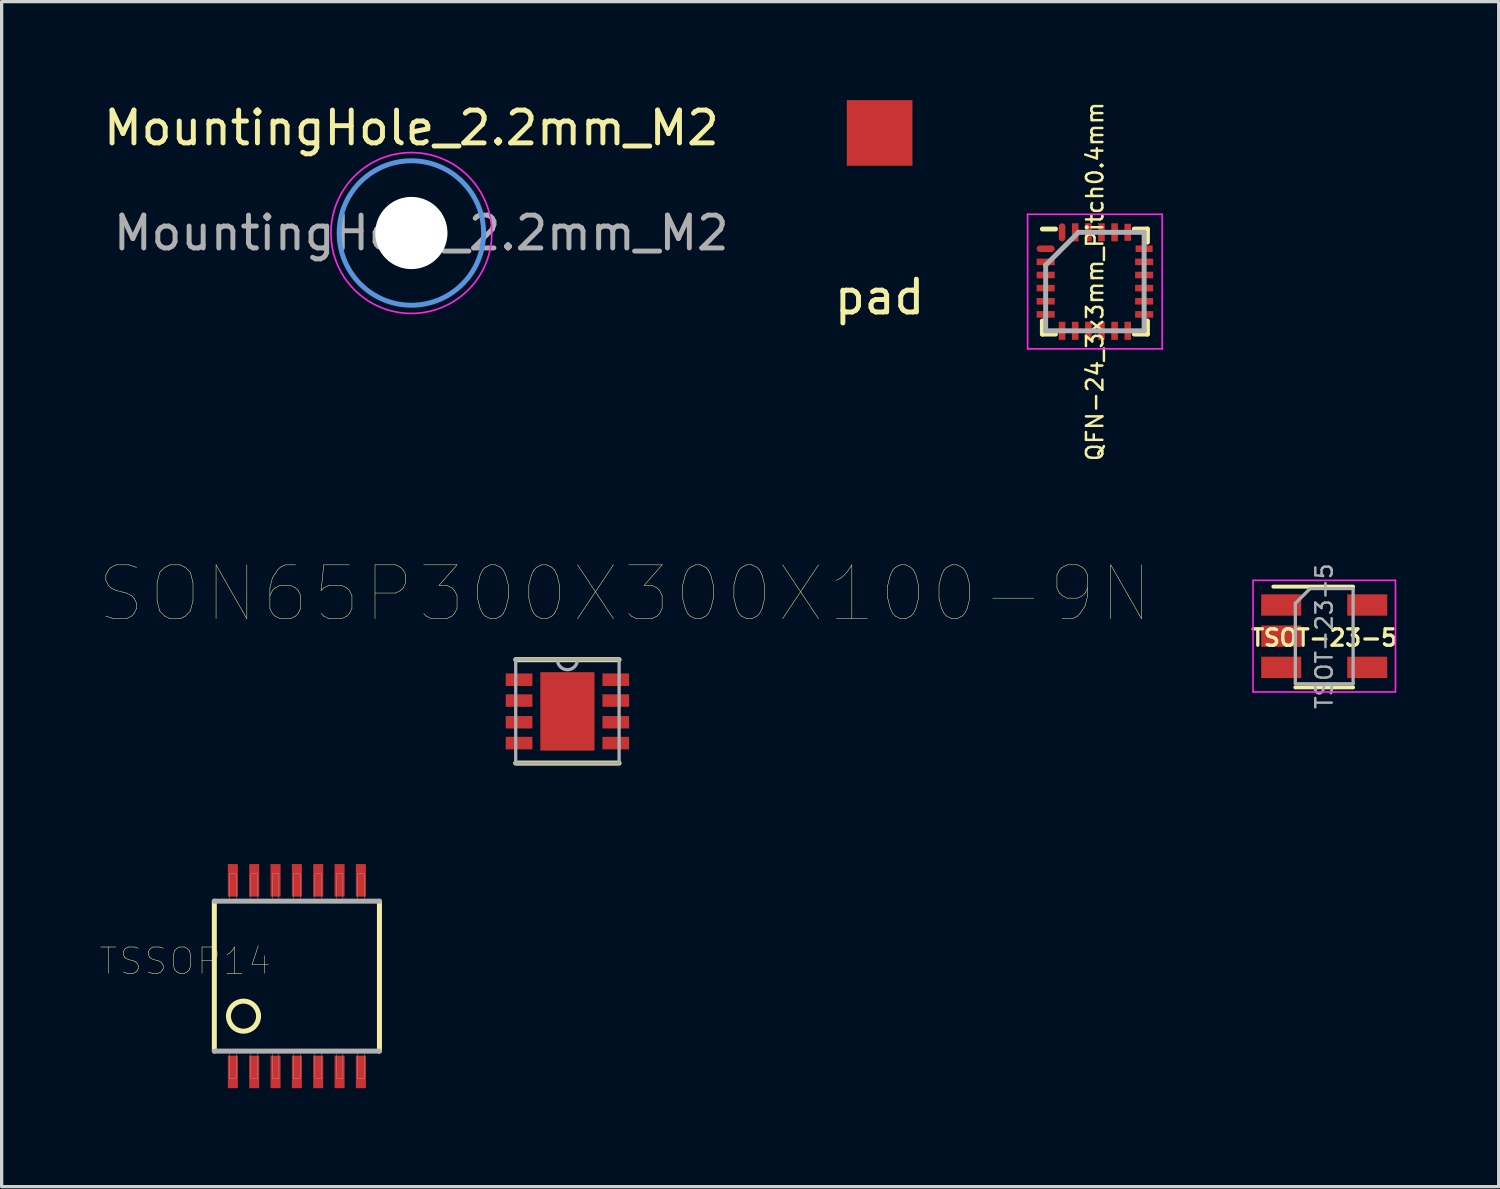
<source format=kicad_pcb>
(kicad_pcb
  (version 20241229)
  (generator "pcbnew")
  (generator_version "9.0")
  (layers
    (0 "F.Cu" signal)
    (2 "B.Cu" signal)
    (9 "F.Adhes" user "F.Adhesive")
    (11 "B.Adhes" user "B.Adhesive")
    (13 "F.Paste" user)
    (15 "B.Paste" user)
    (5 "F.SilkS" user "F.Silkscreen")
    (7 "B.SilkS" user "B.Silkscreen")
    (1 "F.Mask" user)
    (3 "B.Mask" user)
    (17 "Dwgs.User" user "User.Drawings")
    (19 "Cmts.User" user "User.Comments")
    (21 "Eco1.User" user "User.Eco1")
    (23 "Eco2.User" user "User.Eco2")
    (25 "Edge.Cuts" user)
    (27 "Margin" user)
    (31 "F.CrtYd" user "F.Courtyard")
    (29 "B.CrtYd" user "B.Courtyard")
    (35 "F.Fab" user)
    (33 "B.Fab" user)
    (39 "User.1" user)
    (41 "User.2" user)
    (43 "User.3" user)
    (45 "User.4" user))
  (footprint "TSOT-23-5"
    (layer "F.Cu")
    (at 37.29 16.33)
    (property "Reference" "TSOT-23-5" (at 0 0.05 0) (layer "F.SilkS") (effects (font (size 0.5 0.5) (thickness 0.1))))
    (attr smd)
    (fp_line (start -0.88 1.56) (end 0.88 1.56) (stroke (width 0.12) (type solid)) (layer "F.SilkS"))
    (fp_line (start 0.88 -1.51) (end -1.55 -1.51) (stroke (width 0.12) (type solid)) (layer "F.SilkS"))
    (fp_line (start -2.17 -1.7) (end -2.17 1.7) (stroke (width 0.05) (type solid)) (layer "F.CrtYd"))
    (fp_line (start -2.17 -1.7) (end 2.17 -1.7) (stroke (width 0.05) (type solid)) (layer "F.CrtYd"))
    (fp_line (start 2.17 1.7) (end -2.17 1.7) (stroke (width 0.05) (type solid)) (layer "F.CrtYd"))
    (fp_line (start 2.17 1.7) (end 2.17 -1.7) (stroke (width 0.05) (type solid)) (layer "F.CrtYd"))
    (fp_line (start -0.88 -1) (end -0.88 1.45) (stroke (width 0.1) (type solid)) (layer "F.Fab"))
    (fp_line (start -0.88 -1) (end -0.43 -1.45) (stroke (width 0.1) (type solid)) (layer "F.Fab"))
    (fp_line (start 0.88 -1.45) (end -0.43 -1.45) (stroke (width 0.1) (type solid)) (layer "F.Fab"))
    (fp_line (start 0.88 -1.45) (end 0.88 1.45) (stroke (width 0.1) (type solid)) (layer "F.Fab"))
    (fp_line (start 0.88 1.45) (end -0.88 1.45) (stroke (width 0.1) (type solid)) (layer "F.Fab"))
    (fp_text user "${REFERENCE}" (at 0 0 90) (layer "F.Fab") (effects (font (size 0.5 0.5) (thickness 0.075))))
    (pad "1" smd rect (at -1.31 -0.95) (size 1.22 0.65) (layers "F.Cu" "F.Mask" "F.Paste"))
    (pad "2" smd rect (at -1.31 0) (size 1.22 0.65) (layers "F.Cu" "F.Mask" "F.Paste"))
    (pad "3" smd rect (at -1.31 0.95) (size 1.22 0.65) (layers "F.Cu" "F.Mask" "F.Paste"))
    (pad "4" smd rect (at 1.31 0.95) (size 1.22 0.65) (layers "F.Cu" "F.Mask" "F.Paste"))
    (pad "5" smd rect (at 1.31 -0.95) (size 1.22 0.65) (layers "F.Cu" "F.Mask" "F.Paste")))
  (footprint "TSSOP14"
    (layer "F.Cu")
    (at 5.994 26.686)
    (property "Reference" "TSSOP14" (at -3.404 -0.457 180) (layer "F.SilkS") (effects (font (size 0.8 0.8) (thickness 0.015))))
    (attr through_hole)
    (fp_line (start -2.515 2.283) (end -2.515 -2.283) (stroke (width 0.152) (type solid)) (layer "F.SilkS"))
    (fp_line (start 2.515 -2.283) (end 2.515 2.283) (stroke (width 0.152) (type solid)) (layer "F.SilkS"))
    (fp_circle (center -1.626 1.219) (end -1.168 1.219) (stroke (width 0.152) (type solid)) (fill no) (layer "F.SilkS"))
    (fp_line (start -2.515 2.283) (end 2.515 2.283) (stroke (width 0.152) (type solid)) (layer "F.Fab"))
    (fp_line (start 2.515 -2.283) (end -2.515 -2.283) (stroke (width 0.152) (type solid)) (layer "F.Fab"))
    (fp_poly (pts (xy -2.052 -3.121) (xy -1.848 -3.121) (xy -1.848 -2.283) (xy -2.052 -2.283)) (stroke (width 0.01) (type solid)) (fill no) (layer "F.Fab"))
    (fp_poly (pts (xy -2.052 2.283) (xy -1.848 2.283) (xy -1.848 3.121) (xy -2.052 3.121)) (stroke (width 0.01) (type solid)) (fill no) (layer "F.Fab"))
    (fp_poly (pts (xy -1.402 -3.121) (xy -1.198 -3.121) (xy -1.198 -2.283) (xy -1.402 -2.283)) (stroke (width 0.01) (type solid)) (fill no) (layer "F.Fab"))
    (fp_poly (pts (xy -1.402 2.283) (xy -1.198 2.283) (xy -1.198 3.121) (xy -1.402 3.121)) (stroke (width 0.01) (type solid)) (fill no) (layer "F.Fab"))
    (fp_poly (pts (xy -0.752 -3.121) (xy -0.548 -3.121) (xy -0.548 -2.283) (xy -0.752 -2.283)) (stroke (width 0.01) (type solid)) (fill no) (layer "F.Fab"))
    (fp_poly (pts (xy -0.752 2.283) (xy -0.548 2.283) (xy -0.548 3.121) (xy -0.752 3.121)) (stroke (width 0.01) (type solid)) (fill no) (layer "F.Fab"))
    (fp_poly (pts (xy -0.102 -3.121) (xy 0.102 -3.121) (xy 0.102 -2.283) (xy -0.102 -2.283)) (stroke (width 0.01) (type solid)) (fill no) (layer "F.Fab"))
    (fp_poly (pts (xy -0.102 2.283) (xy 0.102 2.283) (xy 0.102 3.121) (xy -0.102 3.121)) (stroke (width 0.01) (type solid)) (fill no) (layer "F.Fab"))
    (fp_poly (pts (xy 0.548 -3.121) (xy 0.752 -3.121) (xy 0.752 -2.283) (xy 0.548 -2.283)) (stroke (width 0.01) (type solid)) (fill no) (layer "F.Fab"))
    (fp_poly (pts (xy 0.548 2.283) (xy 0.752 2.283) (xy 0.752 3.121) (xy 0.548 3.121)) (stroke (width 0.01) (type solid)) (fill no) (layer "F.Fab"))
    (fp_poly (pts (xy 1.198 -3.121) (xy 1.402 -3.121) (xy 1.402 -2.283) (xy 1.198 -2.283)) (stroke (width 0.01) (type solid)) (fill no) (layer "F.Fab"))
    (fp_poly (pts (xy 1.198 2.283) (xy 1.402 2.283) (xy 1.402 3.121) (xy 1.198 3.121)) (stroke (width 0.01) (type solid)) (fill no) (layer "F.Fab"))
    (fp_poly (pts (xy 1.848 -3.121) (xy 2.052 -3.121) (xy 2.052 -2.283) (xy 1.848 -2.283)) (stroke (width 0.01) (type solid)) (fill no) (layer "F.Fab"))
    (fp_poly (pts (xy 1.848 2.283) (xy 2.052 2.283) (xy 2.052 3.121) (xy 1.848 3.121)) (stroke (width 0.01) (type solid)) (fill no) (layer "F.Fab"))
    (pad "1" smd rect (at -1.95 2.918) (size 0.305 0.991) (layers "F.Cu" "F.Mask" "F.Paste"))
    (pad "2" smd rect (at -1.3 2.918) (size 0.305 0.991) (layers "F.Cu" "F.Mask" "F.Paste"))
    (pad "3" smd rect (at -0.65 2.918) (size 0.305 0.991) (layers "F.Cu" "F.Mask" "F.Paste"))
    (pad "4" smd rect (at 0 2.918) (size 0.305 0.991) (layers "F.Cu" "F.Mask" "F.Paste"))
    (pad "5" smd rect (at 0.65 2.918) (size 0.305 0.991) (layers "F.Cu" "F.Mask" "F.Paste"))
    (pad "6" smd rect (at 1.3 2.918) (size 0.305 0.991) (layers "F.Cu" "F.Mask" "F.Paste"))
    (pad "7" smd rect (at 1.95 2.918) (size 0.305 0.991) (layers "F.Cu" "F.Mask" "F.Paste"))
    (pad "8" smd rect (at 1.95 -2.918) (size 0.305 0.991) (layers "F.Cu" "F.Mask" "F.Paste"))
    (pad "9" smd rect (at 1.3 -2.918) (size 0.305 0.991) (layers "F.Cu" "F.Mask" "F.Paste"))
    (pad "10" smd rect (at 0.65 -2.918) (size 0.305 0.991) (layers "F.Cu" "F.Mask" "F.Paste"))
    (pad "11" smd rect (at 0 -2.918) (size 0.305 0.991) (layers "F.Cu" "F.Mask" "F.Paste"))
    (pad "12" smd rect (at -0.65 -2.918) (size 0.305 0.991) (layers "F.Cu" "F.Mask" "F.Paste"))
    (pad "13" smd rect (at -1.3 -2.918) (size 0.305 0.991) (layers "F.Cu" "F.Mask" "F.Paste"))
    (pad "14" smd rect (at -1.95 -2.918) (size 0.305 0.991) (layers "F.Cu" "F.Mask" "F.Paste")))
  (footprint "MountingHole_2.2mm_M2"
    (layer "F.Cu")
    (at 9.482 4.048)
    (property "Reference" "MountingHole_2.2mm_M2" (at 0 -3.2 0) (layer "F.SilkS") (effects (font (size 1 1) (thickness 0.15))))
    (attr exclude_from_pos_files exclude_from_bom)
    (fp_circle (center 0 0) (end 2.2 0) (stroke (width 0.15) (type solid)) (fill no) (layer "Cmts.User"))
    (fp_circle (center 0 0) (end 2.45 0) (stroke (width 0.05) (type solid)) (fill no) (layer "F.CrtYd"))
    (fp_text user "${REFERENCE}" (at 0.3 0 0) (layer "F.Fab") (effects (font (size 1 1) (thickness 0.15))))
    (pad "" np_thru_hole circle (at 0 0) (size 2.2 2.2) (drill 2.2) (layers "*.Cu" "*.Mask")))
  (footprint "SON65P300X300X100-9N"
    (layer "F.Cu")
    (at 14.235 18.621)
    (property "Reference" "SON65P300X300X100-9N" (at 1.753 -3.582 0) (layer "F.SilkS") (effects (font (size 1.64 1.64) (thickness 0.015))))
    (attr through_hole)
    (fp_line (start -1.575 1.575) (end 1.575 1.575) (stroke (width 0.152) (type solid)) (layer "F.SilkS"))
    (fp_line (start 1.575 -1.575) (end -1.575 -1.575) (stroke (width 0.152) (type solid)) (layer "F.SilkS"))
    (fp_line (start -1.575 -1.575) (end -1.575 1.575) (stroke (width 0.1) (type solid)) (layer "F.Fab"))
    (fp_line (start -1.575 1.575) (end 1.575 1.575) (stroke (width 0.1) (type solid)) (layer "F.Fab"))
    (fp_line (start -0.305 -1.575) (end -1.575 -1.575) (stroke (width 0.1) (type solid)) (layer "F.Fab"))
    (fp_line (start 0.305 -1.575) (end -0.305 -1.575) (stroke (width 0.1) (type solid)) (layer "F.Fab"))
    (fp_line (start 1.575 -1.575) (end 0.305 -1.575) (stroke (width 0.1) (type solid)) (layer "F.Fab"))
    (fp_line (start 1.575 1.575) (end 1.575 -1.575) (stroke (width 0.1) (type solid)) (layer "F.Fab"))
    (fp_arc (start 0.3048 -1.5748) (mid 0 -1.27) (end -0.3048 -1.5748) (stroke (width 0.1) (type solid)) (layer "F.Fab"))
    (pad "1" smd rect (at -1.473 -0.965) (size 0.813 0.381) (layers "F.Cu" "F.Mask" "F.Paste"))
    (pad "2" smd rect (at -1.473 -0.33) (size 0.813 0.381) (layers "F.Cu" "F.Mask" "F.Paste"))
    (pad "3" smd rect (at -1.473 0.33) (size 0.813 0.381) (layers "F.Cu" "F.Mask" "F.Paste"))
    (pad "4" smd rect (at -1.473 0.965) (size 0.813 0.381) (layers "F.Cu" "F.Mask" "F.Paste"))
    (pad "5" smd rect (at 1.473 0.965) (size 0.813 0.381) (layers "F.Cu" "F.Mask" "F.Paste"))
    (pad "6" smd rect (at 1.473 0.33) (size 0.813 0.381) (layers "F.Cu" "F.Mask" "F.Paste"))
    (pad "7" smd rect (at 1.473 -0.33) (size 0.813 0.381) (layers "F.Cu" "F.Mask" "F.Paste"))
    (pad "8" smd rect (at 1.473 -0.965) (size 0.813 0.381) (layers "F.Cu" "F.Mask" "F.Paste"))
    (pad "9" smd rect (at 0 0) (size 1.651 2.388) (layers "F.Cu" "F.Mask" "F.Paste")))
  (footprint "QFN-24_3x3mm_Pitch0.4mm"
    (layer "F.Cu")
    (at 30.304 5.527)
    (property "Reference" "QFN-24_3x3mm_Pitch0.4mm" (at 0 0 90) (layer "F.SilkS") (effects (font (size 0.5 0.5) (thickness 0.075))))
    (attr smd)
    (fp_line (start -1.6 -1.6) (end -1.2 -1.6) (stroke (width 0.15) (type solid)) (layer "F.SilkS"))
    (fp_line (start -1.6 1.6) (end -1.6 1.2) (stroke (width 0.15) (type solid)) (layer "F.SilkS"))
    (fp_line (start -1.6 1.6) (end -1.2 1.6) (stroke (width 0.15) (type solid)) (layer "F.SilkS"))
    (fp_line (start 1.6 -1.6) (end 1.2 -1.6) (stroke (width 0.15) (type solid)) (layer "F.SilkS"))
    (fp_line (start 1.6 -1.6) (end 1.6 -1.2) (stroke (width 0.15) (type solid)) (layer "F.SilkS"))
    (fp_line (start 1.6 1.6) (end 1.2 1.6) (stroke (width 0.15) (type solid)) (layer "F.SilkS"))
    (fp_line (start 1.6 1.6) (end 1.6 1.2) (stroke (width 0.15) (type solid)) (layer "F.SilkS"))
    (fp_line (start -2.05 -2.05) (end 2.05 -2.05) (stroke (width 0.05) (type solid)) (layer "F.CrtYd"))
    (fp_line (start -2.05 2.05) (end -2.05 -2.05) (stroke (width 0.05) (type solid)) (layer "F.CrtYd"))
    (fp_line (start 2.05 -2.05) (end 2.05 2.05) (stroke (width 0.05) (type solid)) (layer "F.CrtYd"))
    (fp_line (start 2.05 2.05) (end -2.05 2.05) (stroke (width 0.05) (type solid)) (layer "F.CrtYd"))
    (fp_line (start -1.5 -0.5) (end -0.5 -1.5) (stroke (width 0.15) (type solid)) (layer "F.Fab"))
    (fp_line (start -1.5 1.5) (end -1.5 -0.5) (stroke (width 0.15) (type solid)) (layer "F.Fab"))
    (fp_line (start -0.5 -1.5) (end 1.5 -1.5) (stroke (width 0.15) (type solid)) (layer "F.Fab"))
    (fp_line (start 1.5 -1.5) (end 1.5 1.5) (stroke (width 0.15) (type solid)) (layer "F.Fab"))
    (fp_line (start 1.5 1.5) (end -1.5 1.5) (stroke (width 0.15) (type solid)) (layer "F.Fab"))
    (pad "1" smd oval (at -1.5 -1) (size 0.55 0.2) (layers "F.Cu" "F.Mask" "F.Paste"))
    (pad "2" smd rect (at -1.5 -0.6) (size 0.55 0.2) (layers "F.Cu" "F.Mask" "F.Paste"))
    (pad "3" smd rect (at -1.5 -0.2) (size 0.55 0.2) (layers "F.Cu" "F.Mask" "F.Paste"))
    (pad "4" smd rect (at -1.5 0.2) (size 0.55 0.2) (layers "F.Cu" "F.Mask" "F.Paste"))
    (pad "5" smd rect (at -1.5 0.6) (size 0.55 0.2) (layers "F.Cu" "F.Mask" "F.Paste"))
    (pad "6" smd rect (at -1.5 1) (size 0.55 0.2) (layers "F.Cu" "F.Mask" "F.Paste"))
    (pad "7" smd rect (at -1 1.5 90) (size 0.55 0.2) (layers "F.Cu" "F.Mask" "F.Paste"))
    (pad "8" smd rect (at -0.6 1.5 90) (size 0.55 0.2) (layers "F.Cu" "F.Mask" "F.Paste"))
    (pad "9" smd rect (at -0.2 1.5 90) (size 0.55 0.2) (layers "F.Cu" "F.Mask" "F.Paste"))
    (pad "10" smd rect (at 0.2 1.5 90) (size 0.55 0.2) (layers "F.Cu" "F.Mask" "F.Paste"))
    (pad "11" smd rect (at 0.6 1.5 90) (size 0.55 0.2) (layers "F.Cu" "F.Mask" "F.Paste"))
    (pad "12" smd rect (at 1 1.5 90) (size 0.55 0.2) (layers "F.Cu" "F.Mask" "F.Paste"))
    (pad "13" smd rect (at 1.5 1) (size 0.55 0.2) (layers "F.Cu" "F.Mask" "F.Paste"))
    (pad "14" smd rect (at 1.5 0.6) (size 0.55 0.2) (layers "F.Cu" "F.Mask" "F.Paste"))
    (pad "15" smd rect (at 1.5 0.2) (size 0.55 0.2) (layers "F.Cu" "F.Mask" "F.Paste"))
    (pad "16" smd rect (at 1.5 -0.2) (size 0.55 0.2) (layers "F.Cu" "F.Mask" "F.Paste"))
    (pad "17" smd rect (at 1.5 -0.6) (size 0.55 0.2) (layers "F.Cu" "F.Mask" "F.Paste"))
    (pad "18" smd rect (at 1.5 -1) (size 0.52 0.2) (layers "F.Cu" "F.Mask" "F.Paste"))
    (pad "19" smd rect (at 1 -1.5 90) (size 0.52 0.2) (layers "F.Cu" "F.Mask" "F.Paste"))
    (pad "20" smd rect (at 0.6 -1.5 90) (size 0.55 0.2) (layers "F.Cu" "F.Mask" "F.Paste"))
    (pad "21" smd rect (at 0.2 -1.5 90) (size 0.55 0.2) (layers "F.Cu" "F.Mask" "F.Paste"))
    (pad "22" smd rect (at -0.2 -1.5 90) (size 0.55 0.2) (layers "F.Cu" "F.Mask" "F.Paste"))
    (pad "23" smd rect (at -0.6 -1.5 90) (size 0.55 0.2) (layers "F.Cu" "F.Mask" "F.Paste"))
    (pad "24" smd oval (at -1 -1.5 90) (size 0.55 0.2) (layers "F.Cu" "F.Mask" "F.Paste")))
  (footprint "pad"
    (layer "F.Cu")
    (at 23.746 1)
    (property "Reference" "pad" (at 0 5 0) (layer "F.SilkS") (effects (font (size 1 1) (thickness 0.15))))
    (attr through_hole)
    (pad "1" smd rect (at 0 0) (size 2 2) (layers "F.Cu" "F.Mask" "F.Paste")))
  (gr_rect
    (start -3 -3)
    (end 42.604 33.099)
    (stroke (width 0.1) (type default))
    (fill no)
    (layer "Edge.Cuts")))
</source>
